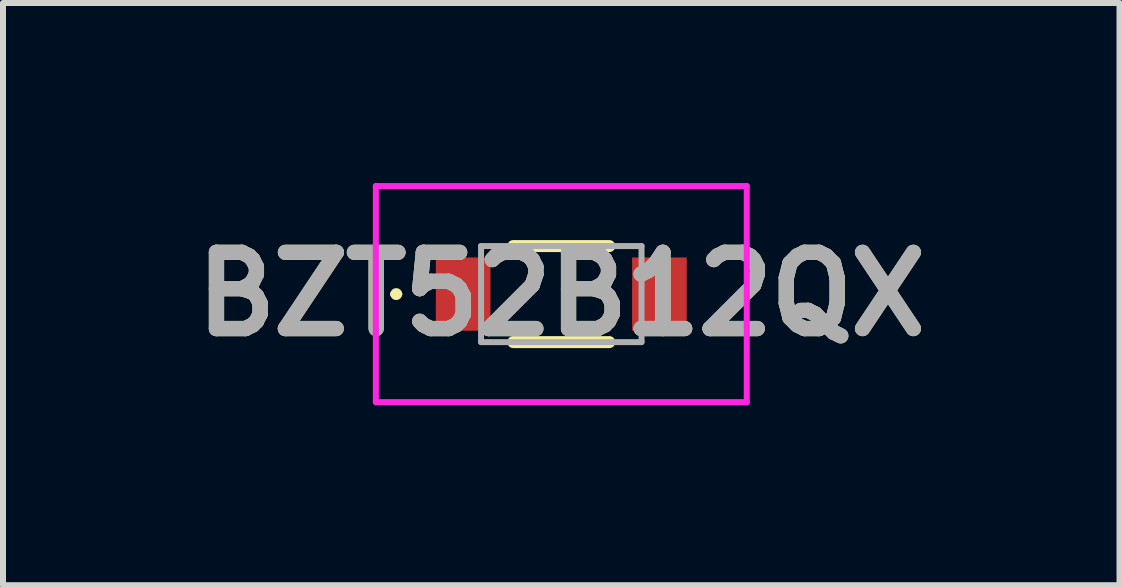
<source format=kicad_pcb>
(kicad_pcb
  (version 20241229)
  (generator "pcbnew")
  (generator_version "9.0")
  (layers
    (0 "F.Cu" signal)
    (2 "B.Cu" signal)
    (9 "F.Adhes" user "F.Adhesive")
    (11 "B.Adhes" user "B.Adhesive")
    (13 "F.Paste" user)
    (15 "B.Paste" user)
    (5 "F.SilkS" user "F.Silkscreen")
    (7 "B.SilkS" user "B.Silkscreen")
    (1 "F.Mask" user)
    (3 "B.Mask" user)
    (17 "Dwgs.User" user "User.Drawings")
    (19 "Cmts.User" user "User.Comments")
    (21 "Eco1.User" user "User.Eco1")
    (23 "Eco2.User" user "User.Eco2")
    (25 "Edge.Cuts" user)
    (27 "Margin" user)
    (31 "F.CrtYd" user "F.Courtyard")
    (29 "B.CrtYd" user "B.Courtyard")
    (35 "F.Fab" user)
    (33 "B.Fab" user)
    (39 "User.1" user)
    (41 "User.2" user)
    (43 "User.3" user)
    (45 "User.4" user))
  (footprint "BZT52B12QX"
    (layer "F.Cu")
    (at 6.302 1.85)
    (property "Reference" "BZT52B12QX" (at 0 0 0) (layer "F.SilkS") (effects (font (size 1.27 1.27) (thickness 0.254))))
    (attr smd)
    (fp_line (start -2.8 0) (end -2.8 0) (stroke (width 0.1) (type solid)) (layer "F.SilkS"))
    (fp_line (start -2.7 0) (end -2.7 0) (stroke (width 0.1) (type solid)) (layer "F.SilkS"))
    (fp_line (start -0.8 -0.8) (end 0.8 -0.8) (stroke (width 0.2) (type solid)) (layer "F.SilkS"))
    (fp_line (start -0.8 0.8) (end 0.8 0.8) (stroke (width 0.2) (type solid)) (layer "F.SilkS"))
    (fp_arc (start -2.8 0) (mid -2.75 -0.05) (end -2.7 0) (stroke (width 0.1) (type solid)) (layer "F.SilkS"))
    (fp_arc (start -2.7 0) (mid -2.75 0.05) (end -2.8 0) (stroke (width 0.1) (type solid)) (layer "F.SilkS"))
    (fp_line (start -3.09 -1.8) (end 3.09 -1.8) (stroke (width 0.1) (type solid)) (layer "F.CrtYd"))
    (fp_line (start -3.09 1.8) (end -3.09 -1.8) (stroke (width 0.1) (type solid)) (layer "F.CrtYd"))
    (fp_line (start 3.09 -1.8) (end 3.09 1.8) (stroke (width 0.1) (type solid)) (layer "F.CrtYd"))
    (fp_line (start 3.09 1.8) (end -3.09 1.8) (stroke (width 0.1) (type solid)) (layer "F.CrtYd"))
    (fp_line (start -1.337 -0.8) (end 1.337 -0.8) (stroke (width 0.1) (type solid)) (layer "F.Fab"))
    (fp_line (start -1.337 0.8) (end -1.337 -0.8) (stroke (width 0.1) (type solid)) (layer "F.Fab"))
    (fp_line (start 1.337 -0.8) (end 1.337 0.8) (stroke (width 0.1) (type solid)) (layer "F.Fab"))
    (fp_line (start 1.337 0.8) (end -1.337 0.8) (stroke (width 0.1) (type solid)) (layer "F.Fab"))
    (fp_text user "${REFERENCE}" (at 0 0 0) (layer "F.Fab") (effects (font (size 1.27 1.27) (thickness 0.254))))
    (pad "1" smd rect (at -1.635 0) (size 0.91 1.22) (layers "F.Cu" "F.Mask" "F.Paste"))
    (pad "2" smd rect (at 1.635 0) (size 0.91 1.22) (layers "F.Cu" "F.Mask" "F.Paste")))
  (gr_rect
    (start -3 -3)
    (end 15.603 6.7)
    (stroke (width 0.1) (type default))
    (fill no)
    (layer "Edge.Cuts")))
</source>
